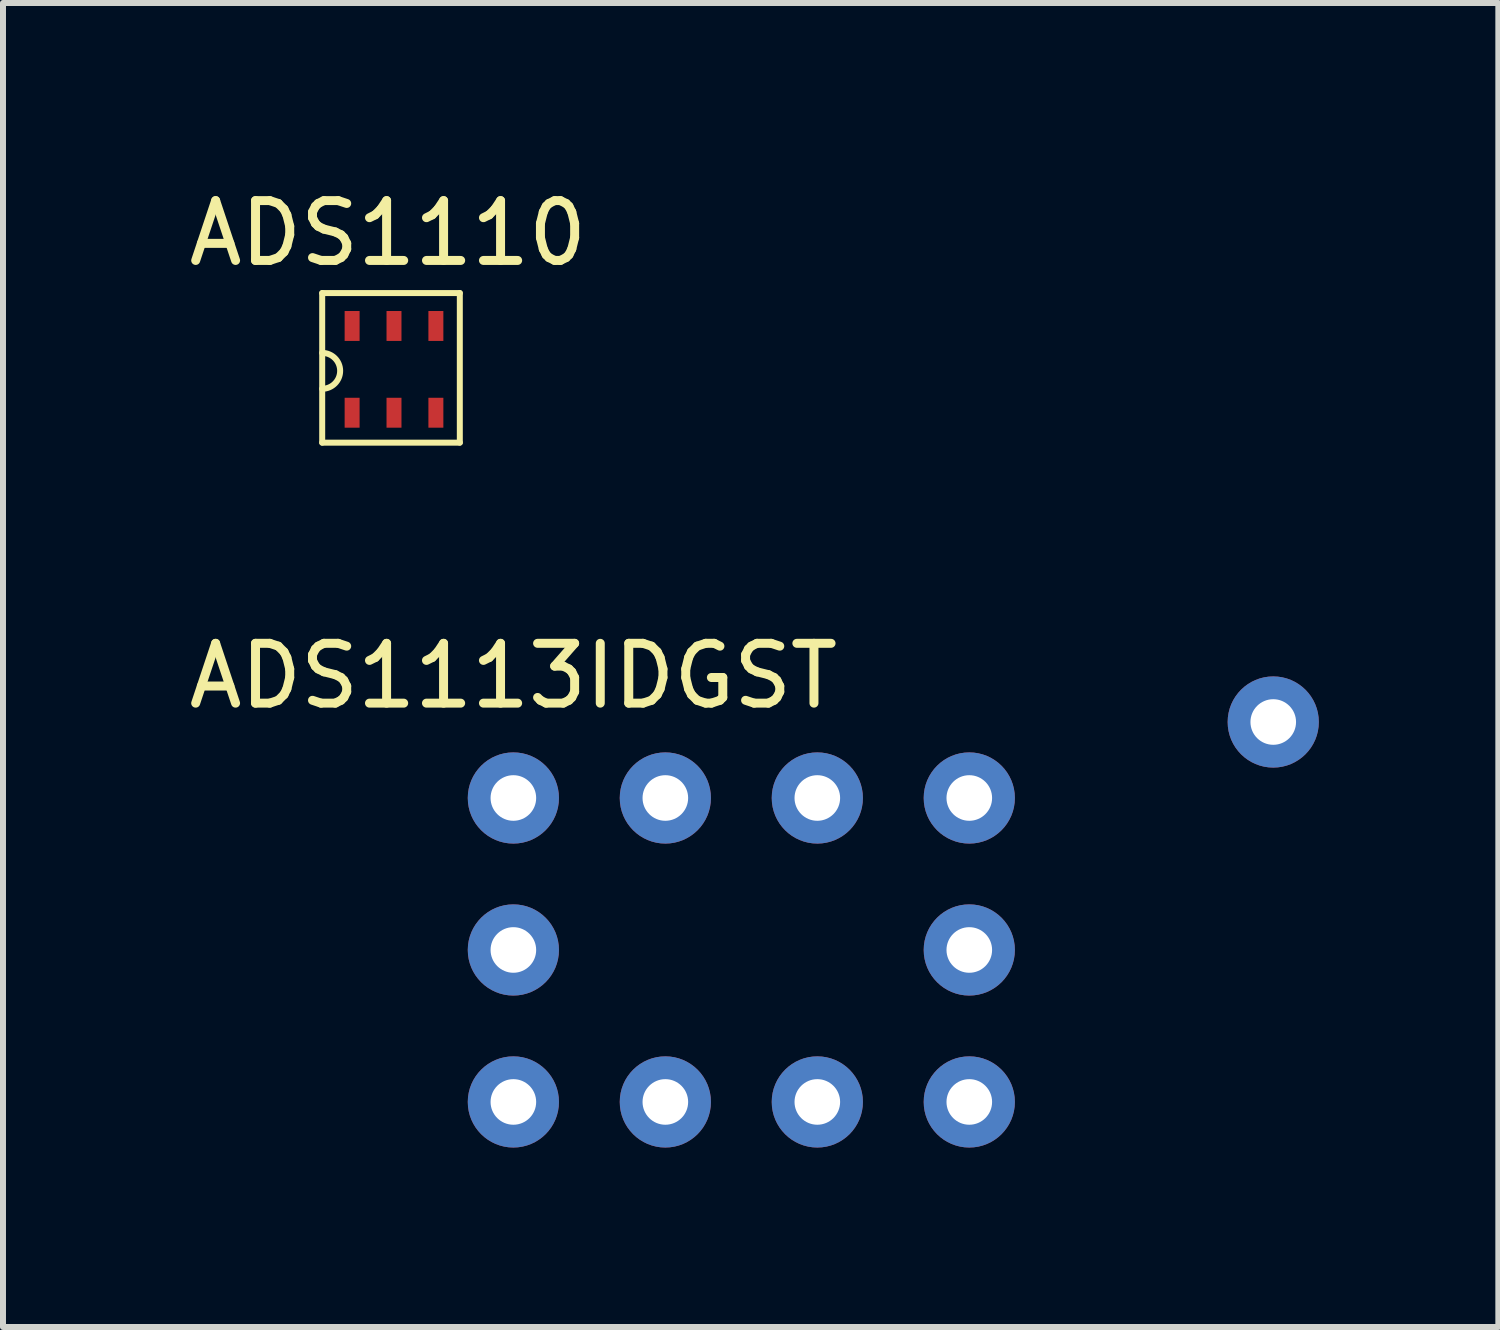
<source format=kicad_pcb>
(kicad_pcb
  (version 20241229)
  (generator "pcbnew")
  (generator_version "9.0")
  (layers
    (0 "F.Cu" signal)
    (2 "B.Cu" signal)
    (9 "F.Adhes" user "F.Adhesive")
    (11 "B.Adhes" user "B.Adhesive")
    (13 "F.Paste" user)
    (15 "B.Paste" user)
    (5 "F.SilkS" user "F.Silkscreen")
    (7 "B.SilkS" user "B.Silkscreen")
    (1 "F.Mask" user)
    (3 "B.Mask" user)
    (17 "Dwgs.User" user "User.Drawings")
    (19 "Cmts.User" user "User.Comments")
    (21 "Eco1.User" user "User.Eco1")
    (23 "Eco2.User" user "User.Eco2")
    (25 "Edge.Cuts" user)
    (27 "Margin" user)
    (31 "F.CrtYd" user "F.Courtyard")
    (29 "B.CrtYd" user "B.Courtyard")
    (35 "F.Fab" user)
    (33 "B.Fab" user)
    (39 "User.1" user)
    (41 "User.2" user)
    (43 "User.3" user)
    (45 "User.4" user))
  (footprint "ADS1110"
    (layer "F.Cu")
    (at 2.835 3.848)
    (property "Reference" "ADS1110" (at 0.6 -3 0) (layer "F.SilkS") (effects (font (size 1 1) (thickness 0.15))))
    (attr through_hole)
    (fp_line (start -0.5 -2) (end 1.8 -2) (stroke (width 0.1) (type solid)) (layer "F.SilkS"))
    (fp_line (start -0.5 0.5) (end -0.5 -2) (stroke (width 0.1) (type solid)) (layer "F.SilkS"))
    (fp_line (start 1.8 -2) (end 1.8 0.5) (stroke (width 0.1) (type solid)) (layer "F.SilkS"))
    (fp_line (start 1.8 0.5) (end -0.5 0.5) (stroke (width 0.1) (type solid)) (layer "F.SilkS"))
    (fp_arc (start -0.5 -1) (mid -0.2 -0.7) (end -0.5 -0.4) (stroke (width 0.1) (type solid)) (layer "F.SilkS"))
    (pad "1" smd rect (at 0 0 180) (size 0.25 0.5) (layers "F.Cu" "F.Mask" "F.Paste"))
    (pad "2" smd rect (at 0.7 0 180) (size 0.25 0.5) (layers "F.Cu" "F.Mask" "F.Paste"))
    (pad "3" smd rect (at 1.4 0 180) (size 0.25 0.5) (layers "F.Cu" "F.Mask" "F.Paste"))
    (pad "4" smd rect (at 1.4 -1.45 180) (size 0.25 0.5) (layers "F.Cu" "F.Mask" "F.Paste"))
    (pad "5" smd rect (at 0.7 -1.45 180) (size 0.25 0.5) (layers "F.Cu" "F.Mask" "F.Paste"))
    (pad "6" smd rect (at 0 -1.45 180) (size 0.25 0.5) (layers "F.Cu" "F.Mask" "F.Paste")))
  (footprint "ADS1113IDGST"
    (layer "F.Cu")
    (at 5.53 7.747)
    (property "Reference" "ADS1113IDGST" (at 0 0.5 0) (layer "F.SilkS") (effects (font (size 1 1) (thickness 0.15))))
    (attr through_hole)
    (pad "1" thru_hole circle (at 0 2.54) (size 1.524 1.524) (drill 0.762) (layers "*.Cu" "*.Mask"))
    (pad "2" thru_hole circle (at 2.54 2.54) (size 1.524 1.524) (drill 0.762) (layers "*.Cu" "*.Mask"))
    (pad "3" thru_hole circle (at 5.08 2.54) (size 1.524 1.524) (drill 0.762) (layers "*.Cu" "*.Mask"))
    (pad "4" thru_hole circle (at 7.62 2.54) (size 1.524 1.524) (drill 0.762) (layers "*.Cu" "*.Mask"))
    (pad "5" thru_hole circle (at 0 7.62) (size 1.524 1.524) (drill 0.762) (layers "*.Cu" "*.Mask"))
    (pad "6" thru_hole circle (at 2.54 7.62) (size 1.524 1.524) (drill 0.762) (layers "*.Cu" "*.Mask"))
    (pad "7" thru_hole circle (at 5.08 7.62) (size 1.524 1.524) (drill 0.762) (layers "*.Cu" "*.Mask"))
    (pad "8" thru_hole circle (at 7.62 7.62) (size 1.524 1.524) (drill 0.762) (layers "*.Cu" "*.Mask"))
    (pad "9" thru_hole circle (at 7.62 5.08) (size 1.524 1.524) (drill 0.762) (layers "*.Cu" "*.Mask"))
    (pad "10" thru_hole circle (at 0 5.08) (size 1.524 1.524) (drill 0.762) (layers "*.Cu" "*.Mask"))
    (pad "11" thru_hole circle (at 12.7 1.27) (size 1.524 1.524) (drill 0.762) (layers "*.Cu" "*.Mask")))
  (gr_rect
    (start -3 -3)
    (end 21.992 19.128)
    (stroke (width 0.1) (type default))
    (fill no)
    (layer "Edge.Cuts")))
</source>
